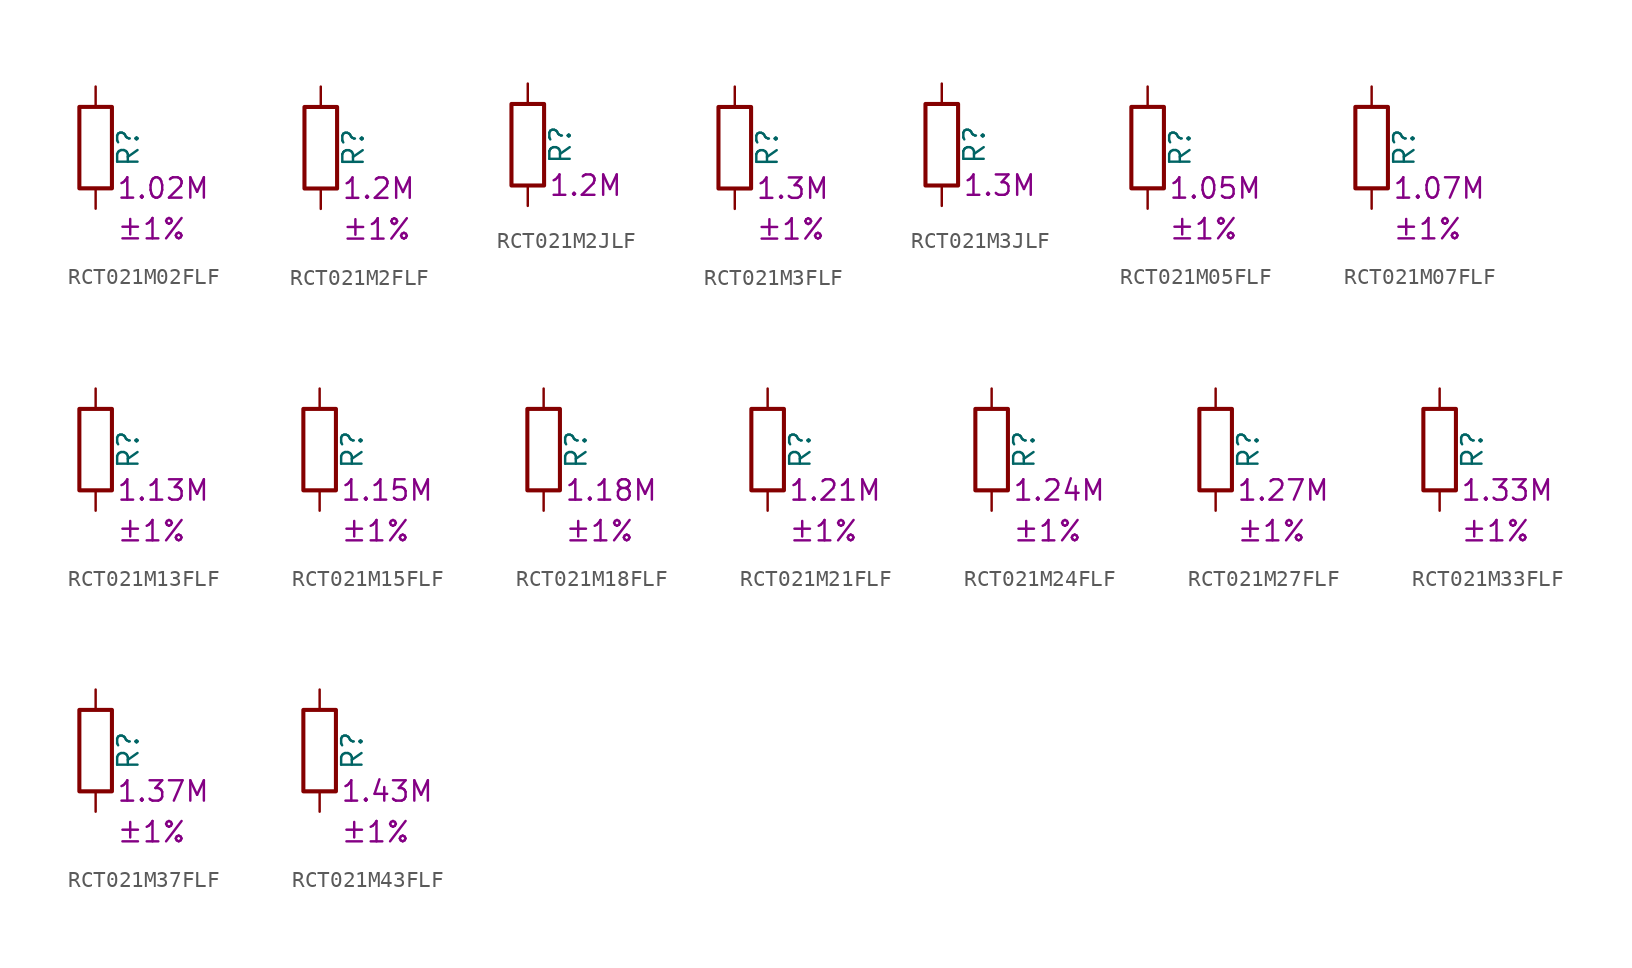
<source format=kicad_sym>
(kicad_symbol_lib
  (version 20220914)
  (generator kicad_symbol_editor)
  (symbol "RCT021M02FLF"
    (pin_numbers hide)
    (pin_names
      (offset 0))
    (property "Reference" "R"
      (at 2.032 0 90)
      (effects (font (size 1.27 1.27))))
    (property "Resistance" "1.02M"
      (at 1.27 -2.54 0)
      (effects (font (size 1.27 1.27)) (justify left)))
    (property "Tolerance" "±1%"
      (at 1.27 -5.08 0)
      (effects (font (size 1.27 1.27)) (justify left)))
    (symbol "RCT021M02FLF_0_1"
      (rectangle (start -1.016 -2.54) (end 1.016 2.54) (stroke (width 0.254) (type default)) (fill (type none))))
    (symbol "RCT021M02FLF_1_1"
      (pin passive line (at 0 3.81 270) (length 1.27) (name "~" (effects (font (size 1.27 1.27)))) (number "1" (effects (font (size 1.27 1.27)))))
      (pin passive line (at 0 -3.81 90) (length 1.27) (name "~" (effects (font (size 1.27 1.27)))) (number "2" (effects (font (size 1.27 1.27)))))))
  (symbol "RCT021M2FLF"
    (pin_numbers hide)
    (pin_names
      (offset 0))
    (property "Reference" "R"
      (at 2.032 0 90)
      (effects (font (size 1.27 1.27))))
    (property "Resistance" "1.2M"
      (at 1.27 -2.54 0)
      (effects (font (size 1.27 1.27)) (justify left)))
    (property "Tolerance" "±1%"
      (at 1.27 -5.08 0)
      (effects (font (size 1.27 1.27)) (justify left)))
    (symbol "RCT021M2FLF_0_1"
      (rectangle (start -1.016 -2.54) (end 1.016 2.54) (stroke (width 0.254) (type default)) (fill (type none))))
    (symbol "RCT021M2FLF_1_1"
      (pin passive line (at 0 3.81 270) (length 1.27) (name "~" (effects (font (size 1.27 1.27)))) (number "1" (effects (font (size 1.27 1.27)))))
      (pin passive line (at 0 -3.81 90) (length 1.27) (name "~" (effects (font (size 1.27 1.27)))) (number "2" (effects (font (size 1.27 1.27)))))))
  (symbol "RCT021M2JLF"
    (pin_numbers hide)
    (pin_names
      (offset 0))
    (property "Reference" "R"
      (at 2.032 0 90)
      (effects (font (size 1.27 1.27))))
    (property "Resistance" "1.2M"
      (at 1.27 -2.54 0)
      (effects (font (size 1.27 1.27)) (justify left)))
    (symbol "RCT021M2JLF_0_1"
      (rectangle (start -1.016 -2.54) (end 1.016 2.54) (stroke (width 0.254) (type default)) (fill (type none))))
    (symbol "RCT021M2JLF_1_1"
      (pin passive line (at 0 3.81 270) (length 1.27) (name "~" (effects (font (size 1.27 1.27)))) (number "1" (effects (font (size 1.27 1.27)))))
      (pin passive line (at 0 -3.81 90) (length 1.27) (name "~" (effects (font (size 1.27 1.27)))) (number "2" (effects (font (size 1.27 1.27)))))))
  (symbol "RCT021M3FLF"
    (pin_numbers hide)
    (pin_names
      (offset 0))
    (property "Reference" "R"
      (at 2.032 0 90)
      (effects (font (size 1.27 1.27))))
    (property "Resistance" "1.3M"
      (at 1.27 -2.54 0)
      (effects (font (size 1.27 1.27)) (justify left)))
    (property "Tolerance" "±1%"
      (at 1.27 -5.08 0)
      (effects (font (size 1.27 1.27)) (justify left)))
    (symbol "RCT021M3FLF_0_1"
      (rectangle (start -1.016 -2.54) (end 1.016 2.54) (stroke (width 0.254) (type default)) (fill (type none))))
    (symbol "RCT021M3FLF_1_1"
      (pin passive line (at 0 3.81 270) (length 1.27) (name "~" (effects (font (size 1.27 1.27)))) (number "1" (effects (font (size 1.27 1.27)))))
      (pin passive line (at 0 -3.81 90) (length 1.27) (name "~" (effects (font (size 1.27 1.27)))) (number "2" (effects (font (size 1.27 1.27)))))))
  (symbol "RCT021M3JLF"
    (pin_numbers hide)
    (pin_names
      (offset 0))
    (property "Reference" "R"
      (at 2.032 0 90)
      (effects (font (size 1.27 1.27))))
    (property "Resistance" "1.3M"
      (at 1.27 -2.54 0)
      (effects (font (size 1.27 1.27)) (justify left)))
    (symbol "RCT021M3JLF_0_1"
      (rectangle (start -1.016 -2.54) (end 1.016 2.54) (stroke (width 0.254) (type default)) (fill (type none))))
    (symbol "RCT021M3JLF_1_1"
      (pin passive line (at 0 3.81 270) (length 1.27) (name "~" (effects (font (size 1.27 1.27)))) (number "1" (effects (font (size 1.27 1.27)))))
      (pin passive line (at 0 -3.81 90) (length 1.27) (name "~" (effects (font (size 1.27 1.27)))) (number "2" (effects (font (size 1.27 1.27)))))))
  (symbol "RCT021M05FLF"
    (pin_numbers hide)
    (pin_names
      (offset 0))
    (property "Reference" "R"
      (at 2.032 0 90)
      (effects (font (size 1.27 1.27))))
    (property "Resistance" "1.05M"
      (at 1.27 -2.54 0)
      (effects (font (size 1.27 1.27)) (justify left)))
    (property "Tolerance" "±1%"
      (at 1.27 -5.08 0)
      (effects (font (size 1.27 1.27)) (justify left)))
    (symbol "RCT021M05FLF_0_1"
      (rectangle (start -1.016 -2.54) (end 1.016 2.54) (stroke (width 0.254) (type default)) (fill (type none))))
    (symbol "RCT021M05FLF_1_1"
      (pin passive line (at 0 3.81 270) (length 1.27) (name "~" (effects (font (size 1.27 1.27)))) (number "1" (effects (font (size 1.27 1.27)))))
      (pin passive line (at 0 -3.81 90) (length 1.27) (name "~" (effects (font (size 1.27 1.27)))) (number "2" (effects (font (size 1.27 1.27)))))))
  (symbol "RCT021M07FLF"
    (pin_numbers hide)
    (pin_names
      (offset 0))
    (property "Reference" "R"
      (at 2.032 0 90)
      (effects (font (size 1.27 1.27))))
    (property "Resistance" "1.07M"
      (at 1.27 -2.54 0)
      (effects (font (size 1.27 1.27)) (justify left)))
    (property "Tolerance" "±1%"
      (at 1.27 -5.08 0)
      (effects (font (size 1.27 1.27)) (justify left)))
    (symbol "RCT021M07FLF_0_1"
      (rectangle (start -1.016 -2.54) (end 1.016 2.54) (stroke (width 0.254) (type default)) (fill (type none))))
    (symbol "RCT021M07FLF_1_1"
      (pin passive line (at 0 3.81 270) (length 1.27) (name "~" (effects (font (size 1.27 1.27)))) (number "1" (effects (font (size 1.27 1.27)))))
      (pin passive line (at 0 -3.81 90) (length 1.27) (name "~" (effects (font (size 1.27 1.27)))) (number "2" (effects (font (size 1.27 1.27)))))))
  (symbol "RCT021M13FLF"
    (pin_numbers hide)
    (pin_names
      (offset 0))
    (property "Reference" "R"
      (at 2.032 0 90)
      (effects (font (size 1.27 1.27))))
    (property "Resistance" "1.13M"
      (at 1.27 -2.54 0)
      (effects (font (size 1.27 1.27)) (justify left)))
    (property "Tolerance" "±1%"
      (at 1.27 -5.08 0)
      (effects (font (size 1.27 1.27)) (justify left)))
    (symbol "RCT021M13FLF_0_1"
      (rectangle (start -1.016 -2.54) (end 1.016 2.54) (stroke (width 0.254) (type default)) (fill (type none))))
    (symbol "RCT021M13FLF_1_1"
      (pin passive line (at 0 3.81 270) (length 1.27) (name "~" (effects (font (size 1.27 1.27)))) (number "1" (effects (font (size 1.27 1.27)))))
      (pin passive line (at 0 -3.81 90) (length 1.27) (name "~" (effects (font (size 1.27 1.27)))) (number "2" (effects (font (size 1.27 1.27)))))))
  (symbol "RCT021M15FLF"
    (pin_numbers hide)
    (pin_names
      (offset 0))
    (property "Reference" "R"
      (at 2.032 0 90)
      (effects (font (size 1.27 1.27))))
    (property "Resistance" "1.15M"
      (at 1.27 -2.54 0)
      (effects (font (size 1.27 1.27)) (justify left)))
    (property "Tolerance" "±1%"
      (at 1.27 -5.08 0)
      (effects (font (size 1.27 1.27)) (justify left)))
    (symbol "RCT021M15FLF_0_1"
      (rectangle (start -1.016 -2.54) (end 1.016 2.54) (stroke (width 0.254) (type default)) (fill (type none))))
    (symbol "RCT021M15FLF_1_1"
      (pin passive line (at 0 3.81 270) (length 1.27) (name "~" (effects (font (size 1.27 1.27)))) (number "1" (effects (font (size 1.27 1.27)))))
      (pin passive line (at 0 -3.81 90) (length 1.27) (name "~" (effects (font (size 1.27 1.27)))) (number "2" (effects (font (size 1.27 1.27)))))))
  (symbol "RCT021M18FLF"
    (pin_numbers hide)
    (pin_names
      (offset 0))
    (property "Reference" "R"
      (at 2.032 0 90)
      (effects (font (size 1.27 1.27))))
    (property "Resistance" "1.18M"
      (at 1.27 -2.54 0)
      (effects (font (size 1.27 1.27)) (justify left)))
    (property "Tolerance" "±1%"
      (at 1.27 -5.08 0)
      (effects (font (size 1.27 1.27)) (justify left)))
    (symbol "RCT021M18FLF_0_1"
      (rectangle (start -1.016 -2.54) (end 1.016 2.54) (stroke (width 0.254) (type default)) (fill (type none))))
    (symbol "RCT021M18FLF_1_1"
      (pin passive line (at 0 3.81 270) (length 1.27) (name "~" (effects (font (size 1.27 1.27)))) (number "1" (effects (font (size 1.27 1.27)))))
      (pin passive line (at 0 -3.81 90) (length 1.27) (name "~" (effects (font (size 1.27 1.27)))) (number "2" (effects (font (size 1.27 1.27)))))))
  (symbol "RCT021M21FLF"
    (pin_numbers hide)
    (pin_names
      (offset 0))
    (property "Reference" "R"
      (at 2.032 0 90)
      (effects (font (size 1.27 1.27))))
    (property "Resistance" "1.21M"
      (at 1.27 -2.54 0)
      (effects (font (size 1.27 1.27)) (justify left)))
    (property "Tolerance" "±1%"
      (at 1.27 -5.08 0)
      (effects (font (size 1.27 1.27)) (justify left)))
    (symbol "RCT021M21FLF_0_1"
      (rectangle (start -1.016 -2.54) (end 1.016 2.54) (stroke (width 0.254) (type default)) (fill (type none))))
    (symbol "RCT021M21FLF_1_1"
      (pin passive line (at 0 3.81 270) (length 1.27) (name "~" (effects (font (size 1.27 1.27)))) (number "1" (effects (font (size 1.27 1.27)))))
      (pin passive line (at 0 -3.81 90) (length 1.27) (name "~" (effects (font (size 1.27 1.27)))) (number "2" (effects (font (size 1.27 1.27)))))))
  (symbol "RCT021M24FLF"
    (pin_numbers hide)
    (pin_names
      (offset 0))
    (property "Reference" "R"
      (at 2.032 0 90)
      (effects (font (size 1.27 1.27))))
    (property "Resistance" "1.24M"
      (at 1.27 -2.54 0)
      (effects (font (size 1.27 1.27)) (justify left)))
    (property "Tolerance" "±1%"
      (at 1.27 -5.08 0)
      (effects (font (size 1.27 1.27)) (justify left)))
    (symbol "RCT021M24FLF_0_1"
      (rectangle (start -1.016 -2.54) (end 1.016 2.54) (stroke (width 0.254) (type default)) (fill (type none))))
    (symbol "RCT021M24FLF_1_1"
      (pin passive line (at 0 3.81 270) (length 1.27) (name "~" (effects (font (size 1.27 1.27)))) (number "1" (effects (font (size 1.27 1.27)))))
      (pin passive line (at 0 -3.81 90) (length 1.27) (name "~" (effects (font (size 1.27 1.27)))) (number "2" (effects (font (size 1.27 1.27)))))))
  (symbol "RCT021M27FLF"
    (pin_numbers hide)
    (pin_names
      (offset 0))
    (property "Reference" "R"
      (at 2.032 0 90)
      (effects (font (size 1.27 1.27))))
    (property "Resistance" "1.27M"
      (at 1.27 -2.54 0)
      (effects (font (size 1.27 1.27)) (justify left)))
    (property "Tolerance" "±1%"
      (at 1.27 -5.08 0)
      (effects (font (size 1.27 1.27)) (justify left)))
    (symbol "RCT021M27FLF_0_1"
      (rectangle (start -1.016 -2.54) (end 1.016 2.54) (stroke (width 0.254) (type default)) (fill (type none))))
    (symbol "RCT021M27FLF_1_1"
      (pin passive line (at 0 3.81 270) (length 1.27) (name "~" (effects (font (size 1.27 1.27)))) (number "1" (effects (font (size 1.27 1.27)))))
      (pin passive line (at 0 -3.81 90) (length 1.27) (name "~" (effects (font (size 1.27 1.27)))) (number "2" (effects (font (size 1.27 1.27)))))))
  (symbol "RCT021M33FLF"
    (pin_numbers hide)
    (pin_names
      (offset 0))
    (property "Reference" "R"
      (at 2.032 0 90)
      (effects (font (size 1.27 1.27))))
    (property "Resistance" "1.33M"
      (at 1.27 -2.54 0)
      (effects (font (size 1.27 1.27)) (justify left)))
    (property "Tolerance" "±1%"
      (at 1.27 -5.08 0)
      (effects (font (size 1.27 1.27)) (justify left)))
    (symbol "RCT021M33FLF_0_1"
      (rectangle (start -1.016 -2.54) (end 1.016 2.54) (stroke (width 0.254) (type default)) (fill (type none))))
    (symbol "RCT021M33FLF_1_1"
      (pin passive line (at 0 3.81 270) (length 1.27) (name "~" (effects (font (size 1.27 1.27)))) (number "1" (effects (font (size 1.27 1.27)))))
      (pin passive line (at 0 -3.81 90) (length 1.27) (name "~" (effects (font (size 1.27 1.27)))) (number "2" (effects (font (size 1.27 1.27)))))))
  (symbol "RCT021M37FLF"
    (pin_numbers hide)
    (pin_names
      (offset 0))
    (property "Reference" "R"
      (at 2.032 0 90)
      (effects (font (size 1.27 1.27))))
    (property "Resistance" "1.37M"
      (at 1.27 -2.54 0)
      (effects (font (size 1.27 1.27)) (justify left)))
    (property "Tolerance" "±1%"
      (at 1.27 -5.08 0)
      (effects (font (size 1.27 1.27)) (justify left)))
    (symbol "RCT021M37FLF_0_1"
      (rectangle (start -1.016 -2.54) (end 1.016 2.54) (stroke (width 0.254) (type default)) (fill (type none))))
    (symbol "RCT021M37FLF_1_1"
      (pin passive line (at 0 3.81 270) (length 1.27) (name "~" (effects (font (size 1.27 1.27)))) (number "1" (effects (font (size 1.27 1.27)))))
      (pin passive line (at 0 -3.81 90) (length 1.27) (name "~" (effects (font (size 1.27 1.27)))) (number "2" (effects (font (size 1.27 1.27)))))))
  (symbol "RCT021M43FLF"
    (pin_numbers hide)
    (pin_names
      (offset 0))
    (property "Reference" "R"
      (at 2.032 0 90)
      (effects (font (size 1.27 1.27))))
    (property "Resistance" "1.43M"
      (at 1.27 -2.54 0)
      (effects (font (size 1.27 1.27)) (justify left)))
    (property "Tolerance" "±1%"
      (at 1.27 -5.08 0)
      (effects (font (size 1.27 1.27)) (justify left)))
    (symbol "RCT021M43FLF_0_1"
      (rectangle (start -1.016 -2.54) (end 1.016 2.54) (stroke (width 0.254) (type default)) (fill (type none))))
    (symbol "RCT021M43FLF_1_1"
      (pin passive line (at 0 3.81 270) (length 1.27) (name "~" (effects (font (size 1.27 1.27)))) (number "1" (effects (font (size 1.27 1.27)))))
      (pin passive line (at 0 -3.81 90) (length 1.27) (name "~" (effects (font (size 1.27 1.27)))) (number "2" (effects (font (size 1.27 1.27))))))))
</source>
